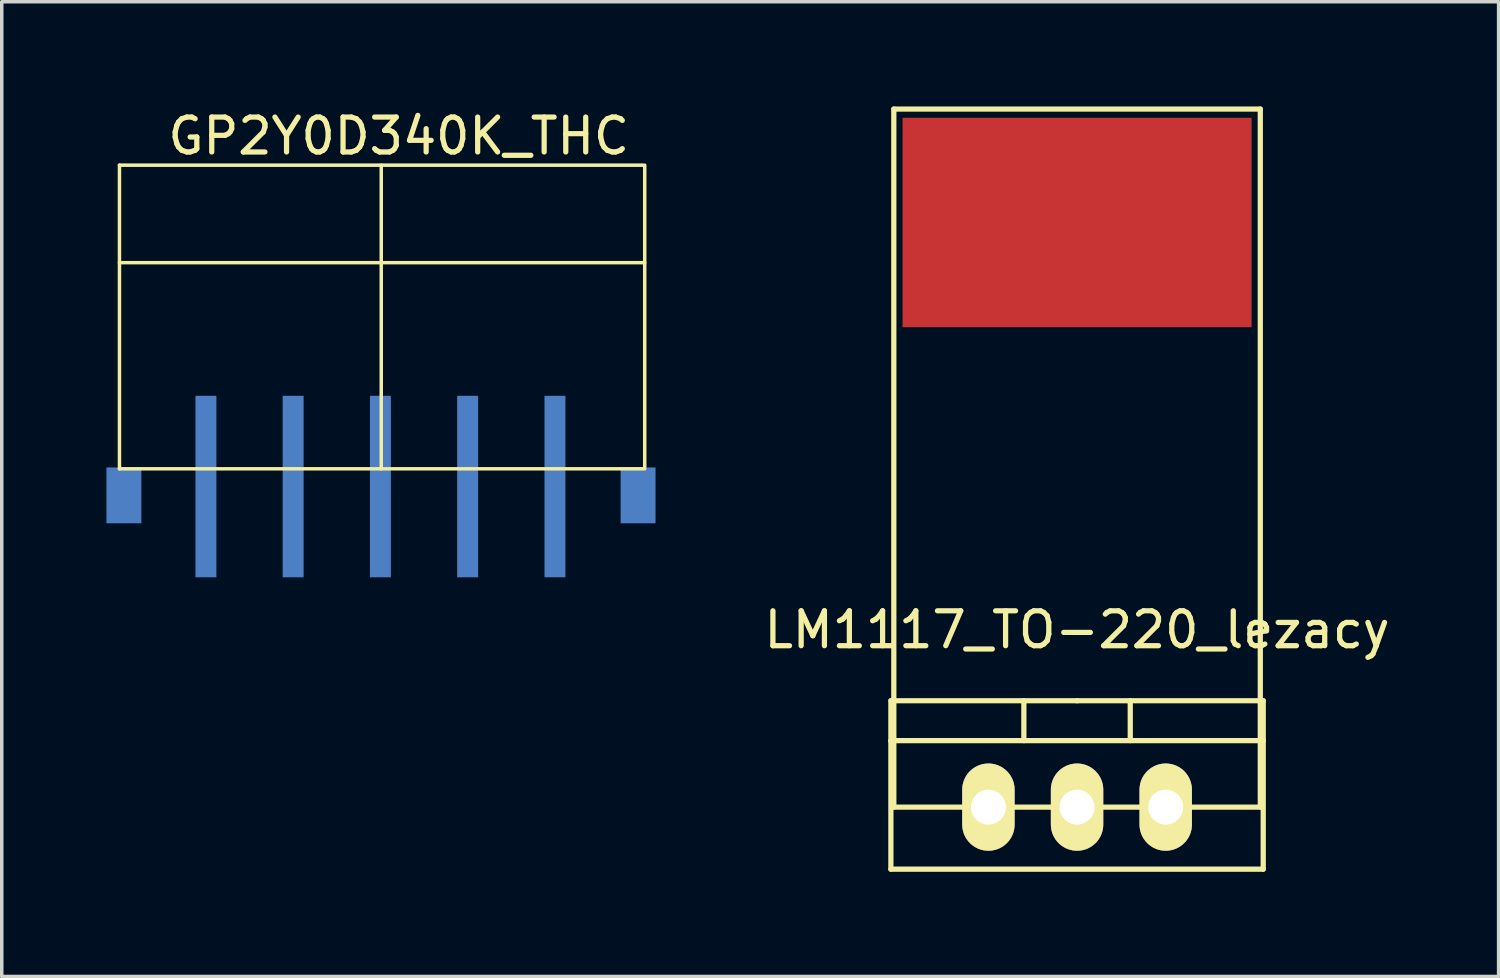
<source format=kicad_pcb>
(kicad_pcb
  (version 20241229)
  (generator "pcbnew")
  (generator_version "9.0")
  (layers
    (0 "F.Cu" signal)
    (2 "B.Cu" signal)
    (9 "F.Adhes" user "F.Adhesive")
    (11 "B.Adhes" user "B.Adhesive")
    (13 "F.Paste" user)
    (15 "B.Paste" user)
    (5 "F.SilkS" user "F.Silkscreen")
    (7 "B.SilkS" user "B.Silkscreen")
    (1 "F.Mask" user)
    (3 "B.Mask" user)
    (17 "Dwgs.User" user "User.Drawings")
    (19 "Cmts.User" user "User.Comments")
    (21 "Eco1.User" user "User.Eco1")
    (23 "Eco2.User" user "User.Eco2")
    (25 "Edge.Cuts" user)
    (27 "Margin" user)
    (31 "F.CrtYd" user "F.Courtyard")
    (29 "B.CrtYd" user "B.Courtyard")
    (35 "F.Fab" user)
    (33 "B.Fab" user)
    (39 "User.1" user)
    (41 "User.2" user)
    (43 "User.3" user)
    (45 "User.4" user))
  (footprint "LM1117_TO-220_lezacy"
    (layer "F.Cu")
    (at 27.809 20.075)
    (property "Reference" "LM1117_TO-220_lezacy" (at 0 -5.08 0) (layer "F.SilkS") (effects (font (size 1 1) (thickness 0.15))))
    (attr through_hole)
    (fp_line (start -5.334 -1.905) (end -5.334 -3.048) (stroke (width 0.15) (type solid)) (layer "F.SilkS"))
    (fp_line (start -5.334 1.778) (end -5.334 -1.905) (stroke (width 0.15) (type solid)) (layer "F.SilkS"))
    (fp_line (start -5.25 -20) (end 5.25 -20) (stroke (width 0.15) (type solid)) (layer "F.SilkS"))
    (fp_line (start -5.25 0) (end -5.25 -20) (stroke (width 0.15) (type solid)) (layer "F.SilkS"))
    (fp_line (start -1.524 -3.048) (end -1.524 -1.905) (stroke (width 0.15) (type solid)) (layer "F.SilkS"))
    (fp_line (start 0 -3.048) (end -5.334 -3.048) (stroke (width 0.15) (type solid)) (layer "F.SilkS"))
    (fp_line (start 0 -3.048) (end 5.334 -3.048) (stroke (width 0.15) (type solid)) (layer "F.SilkS"))
    (fp_line (start 1.524 -3.048) (end 1.524 -1.905) (stroke (width 0.15) (type solid)) (layer "F.SilkS"))
    (fp_line (start 5.25 -20) (end 5.25 0) (stroke (width 0.15) (type solid)) (layer "F.SilkS"))
    (fp_line (start 5.25 0) (end -5.25 0) (stroke (width 0.15) (type solid)) (layer "F.SilkS"))
    (fp_line (start 5.334 -3.048) (end 5.334 -1.905) (stroke (width 0.15) (type solid)) (layer "F.SilkS"))
    (fp_line (start 5.334 -1.905) (end -5.334 -1.905) (stroke (width 0.15) (type solid)) (layer "F.SilkS"))
    (fp_line (start 5.334 -1.905) (end 5.334 1.778) (stroke (width 0.15) (type solid)) (layer "F.SilkS"))
    (fp_line (start 5.334 1.778) (end -5.334 1.778) (stroke (width 0.15) (type solid)) (layer "F.SilkS"))
    (pad "1" thru_hole oval (at 2.54 0 90) (size 2.499 1.501) (drill 1.001) (layers "*.Cu" "*.Mask" "F.SilkS"))
    (pad "2" smd rect (at 0 -16.75) (size 10 6) (layers "F.Cu" "F.Mask" "F.Paste"))
    (pad "2" thru_hole oval (at 0 0 90) (size 2.499 1.501) (drill 1.001) (layers "*.Cu" "*.Mask" "F.SilkS"))
    (pad "3" thru_hole oval (at -2.54 0 90) (size 2.499 1.501) (drill 1.001) (layers "*.Cu" "*.Mask" "F.SilkS")))
  (footprint "GP2Y0D340K_THC"
    (layer "F.Cu")
    (at 7.866 5.746)
    (property "Reference" "GP2Y0D340K_THC" (at 0.508 -4.897 0) (layer "F.SilkS") (effects (font (size 1 1) (thickness 0.15))))
    (attr through_hole)
    (fp_line (start -7.493 -4.064) (end -7.493 4.636) (stroke (width 0.1) (type solid)) (layer "F.SilkS"))
    (fp_line (start -7.493 -4.064) (end 7.507 -4.064) (stroke (width 0.1) (type solid)) (layer "F.SilkS"))
    (fp_line (start -7.493 -1.27) (end 7.556 -1.27) (stroke (width 0.1) (type solid)) (layer "F.SilkS"))
    (fp_line (start -7.493 4.636) (end 7.507 4.636) (stroke (width 0.1) (type solid)) (layer "F.SilkS"))
    (fp_line (start 0.007 -4.064) (end 0.007 4.636) (stroke (width 0.1) (type solid)) (layer "F.SilkS"))
    (fp_line (start 7.556 4.636) (end 7.556 -4.064) (stroke (width 0.1) (type solid)) (layer "F.SilkS"))
    (pad "1" smd rect (at 4.984 5.144) (size 0.6 5.2) (layers "F.Mask" "B.Cu" "F.Paste"))
    (pad "2" smd rect (at 2.483 5.144) (size 0.6 5.2) (layers "F.Mask" "B.Cu" "F.Paste"))
    (pad "3" smd rect (at -0.017 5.144) (size 0.6 5.2) (layers "F.Mask" "B.Cu" "F.Paste"))
    (pad "4" smd rect (at -2.517 5.144) (size 0.6 5.2) (layers "F.Mask" "B.Cu" "F.Paste"))
    (pad "5" smd rect (at -5.016 5.144) (size 0.6 5.2) (layers "F.Mask" "B.Cu" "F.Paste"))
    (pad "6" smd rect (at -7.366 5.397) (size 1 1.6) (layers "F.Mask" "B.Cu" "F.Paste"))
    (pad "6" smd rect (at 7.366 5.397) (size 1 1.6) (layers "F.Mask" "B.Cu" "F.Paste")))
  (gr_rect
    (start -3 -3)
    (end 39.887 24.928)
    (stroke (width 0.1) (type default))
    (fill no)
    (layer "Edge.Cuts")))
</source>
